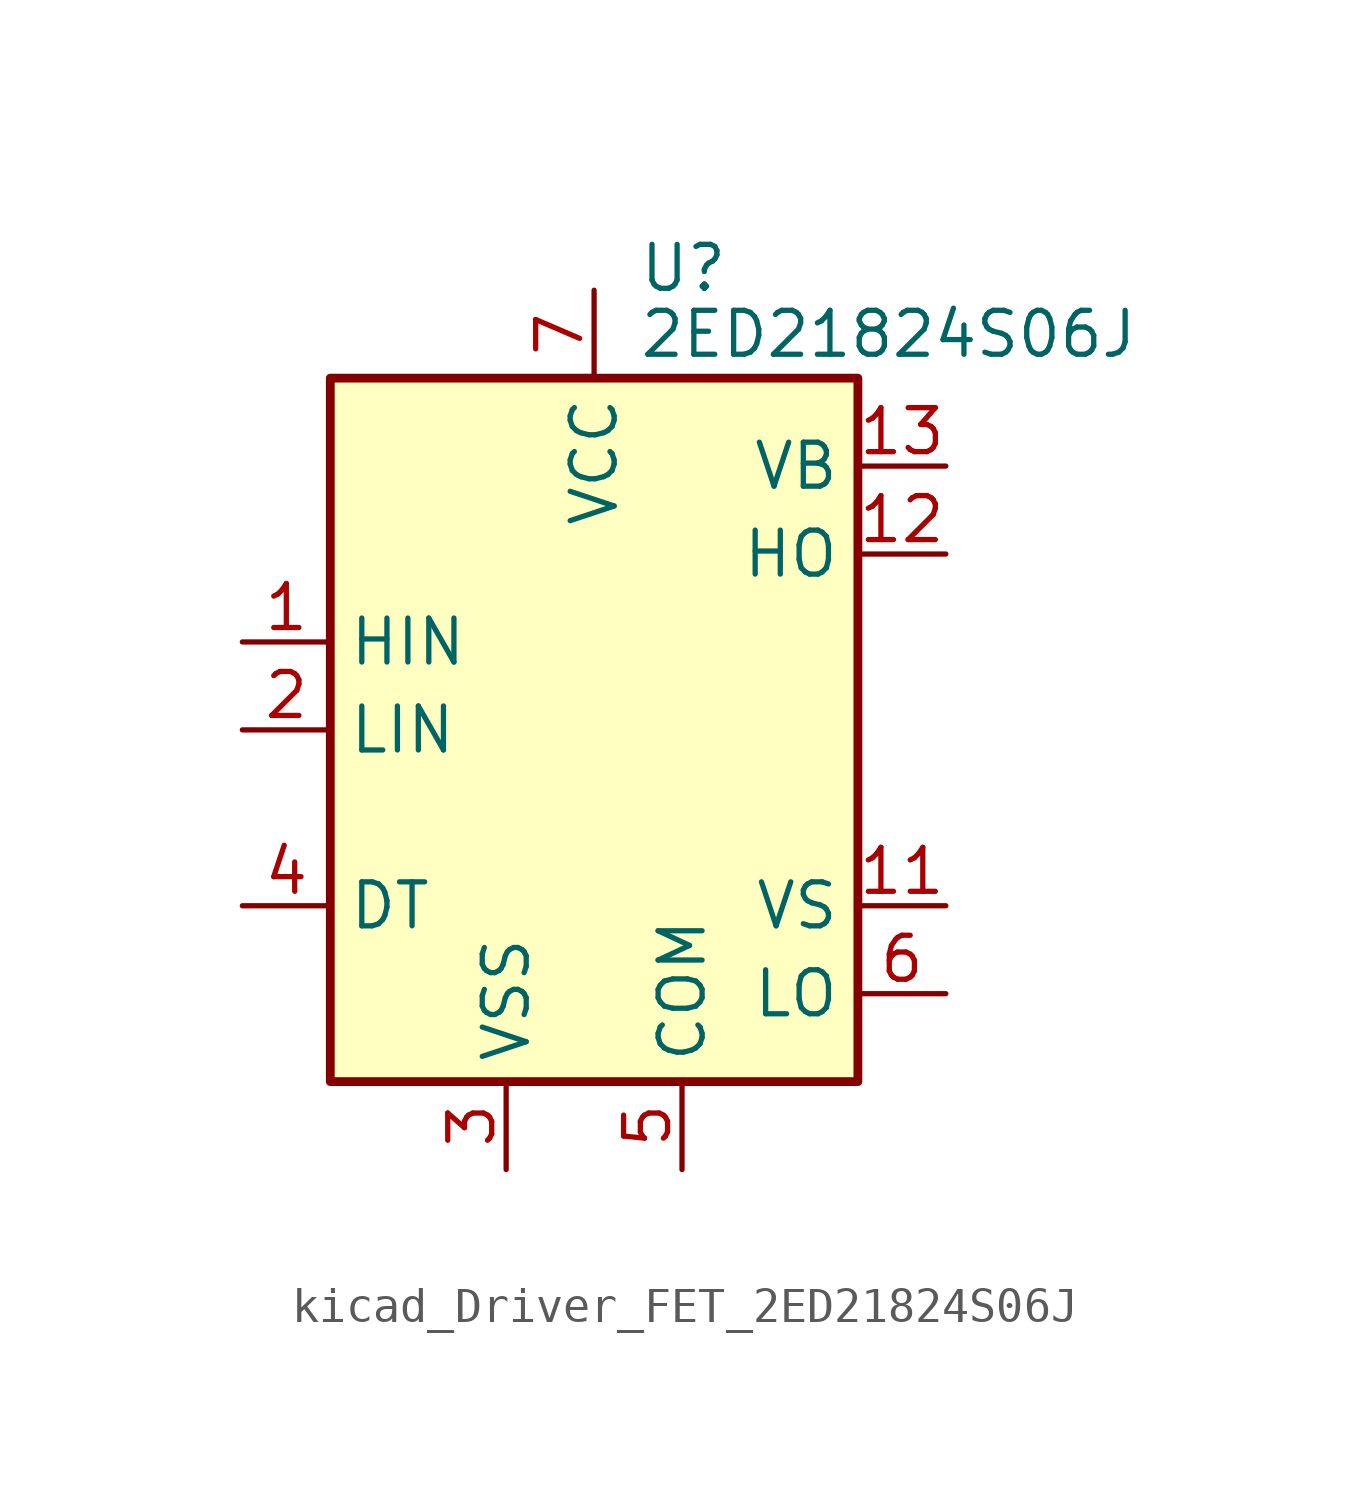
<source format=kicad_sym>
(kicad_symbol_lib
  (version 20220914)
  (generator kicad_symbol_editor)
  (symbol "kicad_Driver_FET_2ED21824S06J"
    (property "Reference" "U"
      (at 1.27 13.335 0)
      (effects (font (size 1.27 1.27)) (justify left)))
    (property "Value" "2ED21824S06J"
      (at 1.27 11.43 0)
      (effects (font (size 1.27 1.27)) (justify left)))
    (symbol "kicad_Driver_FET_2ED21824S06J_0_1"
      (rectangle (start -7.62 -10.16) (end 7.62 10.16) (stroke (width 0.254) (type default)) (fill (type background))))
    (symbol "kicad_Driver_FET_2ED21824S06J_1_1"
      (pin input line (at -10.16 2.54 0) (length 2.54) (name "HIN" (effects (font (size 1.27 1.27)))) (number "1" (effects (font (size 1.27 1.27)))))
      (pin no_connect line (at 7.62 -2.54 180) (length 2.54) hide (name "NC" (effects (font (size 1.27 1.27)))) (number "10" (effects (font (size 1.27 1.27)))))
      (pin passive line (at 10.16 -5.08 180) (length 2.54) (name "VS" (effects (font (size 1.27 1.27)))) (number "11" (effects (font (size 1.27 1.27)))))
      (pin output line (at 10.16 5.08 180) (length 2.54) (name "HO" (effects (font (size 1.27 1.27)))) (number "12" (effects (font (size 1.27 1.27)))))
      (pin passive line (at 10.16 7.62 180) (length 2.54) (name "VB" (effects (font (size 1.27 1.27)))) (number "13" (effects (font (size 1.27 1.27)))))
      (pin no_connect line (at 7.62 2.54 180) (length 2.54) hide (name "NC" (effects (font (size 1.27 1.27)))) (number "14" (effects (font (size 1.27 1.27)))))
      (pin input line (at -10.16 0 0) (length 2.54) (name "LIN" (effects (font (size 1.27 1.27)))) (number "2" (effects (font (size 1.27 1.27)))))
      (pin power_in line (at -2.54 -12.7 90) (length 2.54) (name "VSS" (effects (font (size 1.27 1.27)))) (number "3" (effects (font (size 1.27 1.27)))))
      (pin passive line (at -10.16 -5.08 0) (length 2.54) (name "DT" (effects (font (size 1.27 1.27)))) (number "4" (effects (font (size 1.27 1.27)))))
      (pin power_in line (at 2.54 -12.7 90) (length 2.54) (name "COM" (effects (font (size 1.27 1.27)))) (number "5" (effects (font (size 1.27 1.27)))))
      (pin output line (at 10.16 -7.62 180) (length 2.54) (name "LO" (effects (font (size 1.27 1.27)))) (number "6" (effects (font (size 1.27 1.27)))))
      (pin power_in line (at 0 12.7 270) (length 2.54) (name "VCC" (effects (font (size 1.27 1.27)))) (number "7" (effects (font (size 1.27 1.27)))))
      (pin no_connect line (at -7.62 5.08 0) (length 2.54) hide (name "NC" (effects (font (size 1.27 1.27)))) (number "8" (effects (font (size 1.27 1.27)))))
      (pin no_connect line (at -7.62 -2.54 0) (length 2.54) hide (name "NC" (effects (font (size 1.27 1.27)))) (number "9" (effects (font (size 1.27 1.27))))))))
</source>
